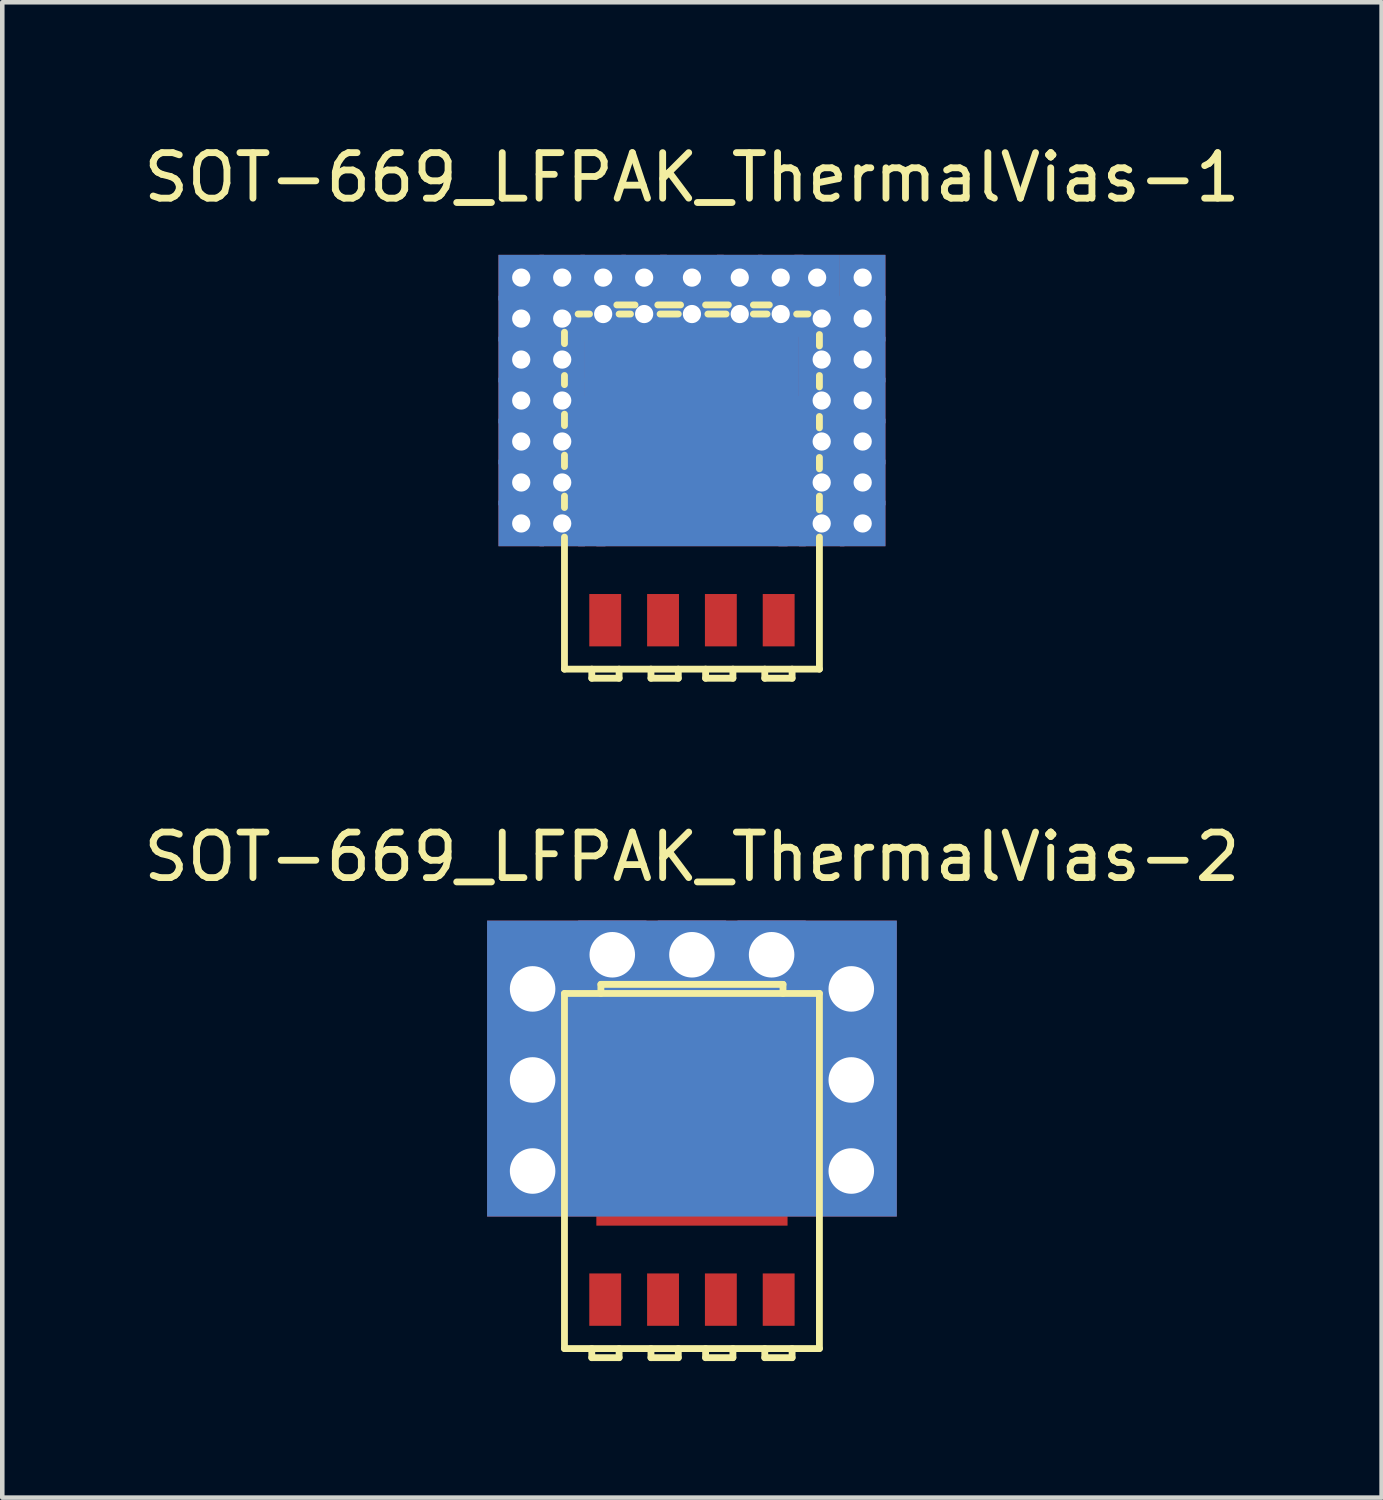
<source format=kicad_pcb>
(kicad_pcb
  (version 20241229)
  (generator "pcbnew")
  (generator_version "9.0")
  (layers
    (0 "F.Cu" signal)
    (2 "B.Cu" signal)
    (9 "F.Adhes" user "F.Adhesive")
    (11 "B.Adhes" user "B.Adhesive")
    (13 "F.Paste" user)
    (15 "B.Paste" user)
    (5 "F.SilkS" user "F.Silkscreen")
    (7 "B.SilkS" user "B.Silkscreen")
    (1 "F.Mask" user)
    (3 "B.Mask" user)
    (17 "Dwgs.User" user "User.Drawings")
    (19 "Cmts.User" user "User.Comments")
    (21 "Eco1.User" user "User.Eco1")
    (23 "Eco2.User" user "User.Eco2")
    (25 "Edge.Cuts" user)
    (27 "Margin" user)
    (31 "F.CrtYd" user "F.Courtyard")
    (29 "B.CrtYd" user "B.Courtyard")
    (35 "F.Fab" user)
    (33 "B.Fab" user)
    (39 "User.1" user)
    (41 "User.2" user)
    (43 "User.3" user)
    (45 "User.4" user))
  (footprint "SOT-669_LFPAK_ThermalVias-2"
    (layer "F.Cu")
    (at 12.149 22.672)
    (property "Reference" "SOT-669_LFPAK_ThermalVias-2" (at 0 -6.9 0) (layer "F.SilkS") (effects (font (size 1 1) (thickness 0.15))))
    (attr smd)
    (fp_line (start -2.8 -3.9) (end 2.8 -3.9) (stroke (width 0.15) (type solid)) (layer "F.SilkS"))
    (fp_line (start -2.8 3.9) (end -2.8 -3.9) (stroke (width 0.15) (type solid)) (layer "F.SilkS"))
    (fp_line (start -2.2 3.9) (end -2.2 4.1) (stroke (width 0.15) (type solid)) (layer "F.SilkS"))
    (fp_line (start -2.2 4.1) (end -1.6 4.1) (stroke (width 0.15) (type solid)) (layer "F.SilkS"))
    (fp_line (start -2 -4.1) (end 2 -4.1) (stroke (width 0.15) (type solid)) (layer "F.SilkS"))
    (fp_line (start -2 -3.9) (end -2 -4.1) (stroke (width 0.15) (type solid)) (layer "F.SilkS"))
    (fp_line (start -1.6 4.1) (end -1.6 3.9) (stroke (width 0.15) (type solid)) (layer "F.SilkS"))
    (fp_line (start -0.9 3.9) (end -0.9 4.1) (stroke (width 0.15) (type solid)) (layer "F.SilkS"))
    (fp_line (start -0.9 4.1) (end -0.3 4.1) (stroke (width 0.15) (type solid)) (layer "F.SilkS"))
    (fp_line (start -0.3 4.1) (end -0.3 3.9) (stroke (width 0.15) (type solid)) (layer "F.SilkS"))
    (fp_line (start 0.3 3.9) (end 0.3 4.1) (stroke (width 0.15) (type solid)) (layer "F.SilkS"))
    (fp_line (start 0.3 4.1) (end 0.9 4.1) (stroke (width 0.15) (type solid)) (layer "F.SilkS"))
    (fp_line (start 0.9 4.1) (end 0.9 3.9) (stroke (width 0.15) (type solid)) (layer "F.SilkS"))
    (fp_line (start 1.6 3.9) (end 1.6 4.1) (stroke (width 0.15) (type solid)) (layer "F.SilkS"))
    (fp_line (start 1.6 4.1) (end 2.2 4.1) (stroke (width 0.15) (type solid)) (layer "F.SilkS"))
    (fp_line (start 2 -4.1) (end 2 -3.9) (stroke (width 0.15) (type solid)) (layer "F.SilkS"))
    (fp_line (start 2.2 4.1) (end 2.2 3.9) (stroke (width 0.15) (type solid)) (layer "F.SilkS"))
    (fp_line (start 2.8 -3.9) (end 2.8 3.9) (stroke (width 0.15) (type solid)) (layer "F.SilkS"))
    (fp_line (start 2.8 3.9) (end -2.8 3.9) (stroke (width 0.15) (type solid)) (layer "F.SilkS"))
    (pad "" smd rect (at -1.875 -2.9) (size 0.6 0.9) (layers "F.Paste"))
    (pad "" smd rect (at -1.15 -1.05 90) (size 0.6 0.9) (layers "F.Paste"))
    (pad "" smd rect (at -1.15 -0.2 90) (size 0.6 0.9) (layers "F.Paste"))
    (pad "" smd rect (at -1.15 0.65 90) (size 0.6 0.9) (layers "F.Paste"))
    (pad "" smd rect (at -0.6 -2.9) (size 0.6 0.9) (layers "F.Paste"))
    (pad "" smd rect (at 0 -1.05 90) (size 0.6 0.9) (layers "F.Paste"))
    (pad "" smd rect (at 0 -0.2 90) (size 0.6 0.9) (layers "F.Paste"))
    (pad "" smd rect (at 0 0.65 90) (size 0.6 0.9) (layers "F.Paste"))
    (pad "" smd rect (at 0.6 -2.9) (size 0.6 0.9) (layers "F.Paste"))
    (pad "" smd rect (at 1.15 -1.05 90) (size 0.6 0.9) (layers "F.Paste"))
    (pad "" smd rect (at 1.15 -0.2 90) (size 0.6 0.9) (layers "F.Paste"))
    (pad "" smd rect (at 1.15 0.65 90) (size 0.6 0.9) (layers "F.Paste"))
    (pad "" smd rect (at 1.875 -2.9) (size 0.6 0.9) (layers "F.Paste"))
    (pad "1" smd rect (at -1.905 2.825) (size 0.7 1.15) (layers "F.Cu" "F.Mask" "F.Paste"))
    (pad "2" smd rect (at -0.635 2.825) (size 0.7 1.15) (layers "F.Cu" "F.Mask" "F.Paste"))
    (pad "3" smd rect (at 0.635 2.825) (size 0.7 1.15) (layers "F.Cu" "F.Mask" "F.Paste"))
    (pad "4" smd rect (at 1.905 2.825) (size 0.7 1.15) (layers "F.Cu" "F.Mask" "F.Paste"))
    (pad "5" thru_hole rect (at -3.5 -4) (size 1.5 1.5) (drill 1) (layers "*.Cu"))
    (pad "5" thru_hole rect (at -3.5 -2) (size 1.5 1.5) (drill 1) (layers "*.Cu"))
    (pad "5" thru_hole rect (at -3.5 0) (size 1.5 1.5) (drill 1) (layers "*.Cu"))
    (pad "5" thru_hole rect (at -1.75 -4.75) (size 1.5 1.5) (drill 1) (layers "*.Cu"))
    (pad "5" thru_hole rect (at 0 -4.75) (size 1.5 1.5) (drill 1) (layers "*.Cu"))
    (pad "5" smd rect (at 0 -2.65) (size 4.7 1.55) (layers "F.Cu" "F.Mask"))
    (pad "5" smd rect (at 0 -2.25) (size 9 6.5) (layers "F.Cu"))
    (pad "5" smd rect (at 0 -2.25) (size 9 6.5) (layers "B.Cu"))
    (pad "5" smd rect (at 0 -0.45) (size 4.2 3.3) (layers "F.Cu" "F.Mask"))
    (pad "5" thru_hole rect (at 1.75 -4.75) (size 1.5 1.5) (drill 1) (layers "*.Cu"))
    (pad "5" thru_hole rect (at 3.5 -4) (size 1.5 1.5) (drill 1) (layers "*.Cu"))
    (pad "5" thru_hole rect (at 3.5 -2) (size 1.5 1.5) (drill 1) (layers "*.Cu"))
    (pad "5" thru_hole rect (at 3.5 0) (size 1.5 1.5) (drill 1) (layers "*.Cu")))
  (footprint "SOT-669_LFPAK_ThermalVias-1"
    (layer "F.Cu")
    (at 12.149 7.748)
    (property "Reference" "SOT-669_LFPAK_ThermalVias-1" (at 0 -6.9 0) (layer "F.SilkS") (effects (font (size 1 1) (thickness 0.15))))
    (attr smd)
    (fp_line (start -2.8 -3.5) (end -2.8 -3.25) (stroke (width 0.15) (type solid)) (layer "F.SilkS"))
    (fp_line (start -2.8 -2.55) (end -2.8 -2.35) (stroke (width 0.15) (type solid)) (layer "F.SilkS"))
    (fp_line (start -2.8 -1.7) (end -2.8 -1.45) (stroke (width 0.15) (type solid)) (layer "F.SilkS"))
    (fp_line (start -2.8 -0.8) (end -2.8 -0.55) (stroke (width 0.15) (type solid)) (layer "F.SilkS"))
    (fp_line (start -2.8 0.1) (end -2.8 0.35) (stroke (width 0.15) (type solid)) (layer "F.SilkS"))
    (fp_line (start -2.8 1) (end -2.8 3.9) (stroke (width 0.15) (type solid)) (layer "F.SilkS"))
    (fp_line (start -2.25 -3.9) (end -2.5 -3.9) (stroke (width 0.15) (type solid)) (layer "F.SilkS"))
    (fp_line (start -2.2 3.9) (end -2.2 4.1) (stroke (width 0.15) (type solid)) (layer "F.SilkS"))
    (fp_line (start -2.2 4.1) (end -1.6 4.1) (stroke (width 0.15) (type solid)) (layer "F.SilkS"))
    (fp_line (start -1.6 4.1) (end -1.6 3.9) (stroke (width 0.15) (type solid)) (layer "F.SilkS"))
    (fp_line (start -1.35 -3.9) (end -1.6 -3.9) (stroke (width 0.15) (type solid)) (layer "F.SilkS"))
    (fp_line (start -1.25 -4.1) (end -1.65 -4.1) (stroke (width 0.15) (type solid)) (layer "F.SilkS"))
    (fp_line (start -0.9 3.9) (end -0.9 4.1) (stroke (width 0.15) (type solid)) (layer "F.SilkS"))
    (fp_line (start -0.9 4.1) (end -0.3 4.1) (stroke (width 0.15) (type solid)) (layer "F.SilkS"))
    (fp_line (start -0.3 -3.9) (end -0.7 -3.9) (stroke (width 0.15) (type solid)) (layer "F.SilkS"))
    (fp_line (start -0.3 4.1) (end -0.3 3.9) (stroke (width 0.15) (type solid)) (layer "F.SilkS"))
    (fp_line (start -0.25 -4.1) (end -0.75 -4.1) (stroke (width 0.15) (type solid)) (layer "F.SilkS"))
    (fp_line (start 0.3 3.9) (end 0.3 4.1) (stroke (width 0.15) (type solid)) (layer "F.SilkS"))
    (fp_line (start 0.3 4.1) (end 0.9 4.1) (stroke (width 0.15) (type solid)) (layer "F.SilkS"))
    (fp_line (start 0.75 -3.9) (end 0.35 -3.9) (stroke (width 0.15) (type solid)) (layer "F.SilkS"))
    (fp_line (start 0.8 -4.1) (end 0.3 -4.1) (stroke (width 0.15) (type solid)) (layer "F.SilkS"))
    (fp_line (start 0.9 4.1) (end 0.9 3.9) (stroke (width 0.15) (type solid)) (layer "F.SilkS"))
    (fp_line (start 1.6 3.9) (end 1.6 4.1) (stroke (width 0.15) (type solid)) (layer "F.SilkS"))
    (fp_line (start 1.6 4.1) (end 2.2 4.1) (stroke (width 0.15) (type solid)) (layer "F.SilkS"))
    (fp_line (start 1.65 -3.9) (end 1.35 -3.9) (stroke (width 0.15) (type solid)) (layer "F.SilkS"))
    (fp_line (start 1.7 -4.1) (end 1.35 -4.1) (stroke (width 0.15) (type solid)) (layer "F.SilkS"))
    (fp_line (start 2.2 4.1) (end 2.2 3.9) (stroke (width 0.15) (type solid)) (layer "F.SilkS"))
    (fp_line (start 2.55 -3.9) (end 2.3 -3.9) (stroke (width 0.15) (type solid)) (layer "F.SilkS"))
    (fp_line (start 2.8 -3.2) (end 2.8 -3.45) (stroke (width 0.15) (type solid)) (layer "F.SilkS"))
    (fp_line (start 2.8 -2.3) (end 2.8 -2.55) (stroke (width 0.15) (type solid)) (layer "F.SilkS"))
    (fp_line (start 2.8 -1.4) (end 2.8 -1.65) (stroke (width 0.15) (type solid)) (layer "F.SilkS"))
    (fp_line (start 2.8 -0.5) (end 2.8 -0.75) (stroke (width 0.15) (type solid)) (layer "F.SilkS"))
    (fp_line (start 2.8 0.4) (end 2.8 0.1) (stroke (width 0.15) (type solid)) (layer "F.SilkS"))
    (fp_line (start 2.8 3.9) (end -2.8 3.9) (stroke (width 0.15) (type solid)) (layer "F.SilkS"))
    (fp_line (start 2.8 3.9) (end 2.8 1) (stroke (width 0.15) (type solid)) (layer "F.SilkS"))
    (pad "" smd rect (at -1.875 -2.9) (size 0.6 0.9) (layers "F.Paste"))
    (pad "" smd rect (at -1.15 -1.05 90) (size 0.6 0.9) (layers "F.Paste"))
    (pad "" smd rect (at -1.15 -0.2 90) (size 0.6 0.9) (layers "F.Paste"))
    (pad "" smd rect (at -1.15 0.65 90) (size 0.6 0.9) (layers "F.Paste"))
    (pad "" smd rect (at -0.6 -2.9) (size 0.6 0.9) (layers "F.Paste"))
    (pad "" smd rect (at 0 -1.05 90) (size 0.6 0.9) (layers "F.Paste"))
    (pad "" smd rect (at 0 -0.2 90) (size 0.6 0.9) (layers "F.Paste"))
    (pad "" smd rect (at 0 0.65 90) (size 0.6 0.9) (layers "F.Paste"))
    (pad "" smd rect (at 0.6 -2.9) (size 0.6 0.9) (layers "F.Paste"))
    (pad "" smd rect (at 1.15 -1.05 90) (size 0.6 0.9) (layers "F.Paste"))
    (pad "" smd rect (at 1.15 -0.2 90) (size 0.6 0.9) (layers "F.Paste"))
    (pad "" smd rect (at 1.15 0.65 90) (size 0.6 0.9) (layers "F.Paste"))
    (pad "" smd rect (at 1.875 -2.9) (size 0.6 0.9) (layers "F.Paste"))
    (pad "1" smd rect (at -1.905 2.825) (size 0.7 1.15) (layers "F.Cu" "F.Mask" "F.Paste"))
    (pad "2" smd rect (at -0.635 2.825) (size 0.7 1.15) (layers "F.Cu" "F.Mask" "F.Paste"))
    (pad "3" smd rect (at 0.635 2.825) (size 0.7 1.15) (layers "F.Cu" "F.Mask" "F.Paste"))
    (pad "4" smd rect (at 1.905 2.825) (size 0.7 1.15) (layers "F.Cu" "F.Mask" "F.Paste"))
    (pad "5" thru_hole rect (at -3.75 -4.7) (size 1 1) (drill 0.4) (layers "*.Cu"))
    (pad "5" thru_hole rect (at -3.75 -3.8) (size 1 1) (drill 0.4) (layers "*.Cu"))
    (pad "5" thru_hole rect (at -3.75 -2.9) (size 1 1) (drill 0.4) (layers "*.Cu"))
    (pad "5" thru_hole rect (at -3.75 -2) (size 1 1) (drill 0.4) (layers "*.Cu"))
    (pad "5" thru_hole rect (at -3.75 -1.1) (size 1 1) (drill 0.4) (layers "*.Cu"))
    (pad "5" thru_hole rect (at -3.75 -0.2) (size 1 1) (drill 0.4) (layers "*.Cu"))
    (pad "5" thru_hole rect (at -3.75 0.7) (size 1 1) (drill 0.4) (layers "*.Cu"))
    (pad "5" thru_hole rect (at -2.85 -4.7) (size 1 1) (drill 0.4) (layers "*.Cu"))
    (pad "5" thru_hole rect (at -2.85 -3.8) (size 1 1) (drill 0.4) (layers "*.Cu"))
    (pad "5" thru_hole rect (at -2.85 -2.9) (size 1 1) (drill 0.4) (layers "*.Cu"))
    (pad "5" thru_hole rect (at -2.85 -2) (size 1 1) (drill 0.4) (layers "*.Cu"))
    (pad "5" thru_hole rect (at -2.85 -1.1) (size 1 1) (drill 0.4) (layers "*.Cu"))
    (pad "5" thru_hole rect (at -2.85 -0.2) (size 1 1) (drill 0.4) (layers "*.Cu"))
    (pad "5" thru_hole rect (at -2.85 0.7) (size 1 1) (drill 0.4) (layers "*.Cu"))
    (pad "5" smd rect (at -2.25 -1.75) (size 0.5 0.5) (layers "F.Cu"))
    (pad "5" smd rect (at -2.2 -0.45) (size 0.6 3.3) (layers "F.Cu"))
    (pad "5" smd rect (at -2.2 -0.45) (size 0.6 3.3) (layers "B.Cu"))
    (pad "5" thru_hole rect (at -1.95 -4.7) (size 1 1) (drill 0.4) (layers "*.Cu"))
    (pad "5" thru_hole rect (at -1.95 -3.9) (size 1 1) (drill 0.4) (layers "*.Cu"))
    (pad "5" thru_hole rect (at -1.05 -4.7) (size 1 1) (drill 0.4) (layers "*.Cu"))
    (pad "5" thru_hole rect (at -1.05 -3.9) (size 1 1) (drill 0.4) (layers "*.Cu"))
    (pad "5" thru_hole rect (at 0 -4.7) (size 1.4 1) (drill 0.4) (layers "*.Cu"))
    (pad "5" thru_hole rect (at 0 -3.9) (size 1.4 1) (drill 0.4) (layers "*.Cu"))
    (pad "5" smd rect (at 0 -2.65) (size 4.7 1.55) (layers "F.Cu" "F.Mask"))
    (pad "5" smd rect (at 0 -2.65) (size 4.7 1.55) (layers "F.Mask" "B.Cu"))
    (pad "5" smd rect (at 0 -0.45) (size 4.2 3.3) (layers "F.Cu" "F.Mask"))
    (pad "5" smd rect (at 0 -0.45) (size 4.2 3.3) (layers "F.Mask" "B.Cu"))
    (pad "5" thru_hole rect (at 1.05 -4.7) (size 1 1) (drill 0.4) (layers "*.Cu"))
    (pad "5" thru_hole rect (at 1.05 -3.9) (size 1 1) (drill 0.4) (layers "*.Cu"))
    (pad "5" thru_hole rect (at 1.95 -4.7) (size 1 1) (drill 0.4) (layers "*.Cu"))
    (pad "5" thru_hole rect (at 1.95 -3.9) (size 1 1) (drill 0.4) (layers "*.Cu"))
    (pad "5" smd rect (at 2.2 -0.45) (size 0.6 3.3) (layers "F.Cu"))
    (pad "5" smd rect (at 2.2 -0.45) (size 0.6 3.3) (layers "B.Cu"))
    (pad "5" smd rect (at 2.25 -1.75) (size 0.5 0.5) (layers "F.Cu"))
    (pad "5" thru_hole rect (at 2.75 -4.7) (size 1 1) (drill 0.4) (layers "*.Cu"))
    (pad "5" thru_hole rect (at 2.85 -3.8) (size 1 1) (drill 0.4) (layers "*.Cu"))
    (pad "5" thru_hole rect (at 2.85 -2.9) (size 1 1) (drill 0.4) (layers "*.Cu"))
    (pad "5" thru_hole rect (at 2.85 -2) (size 1 1) (drill 0.4) (layers "*.Cu"))
    (pad "5" thru_hole rect (at 2.85 -1.1) (size 1 1) (drill 0.4) (layers "*.Cu"))
    (pad "5" thru_hole rect (at 2.85 -0.2) (size 1 1) (drill 0.4) (layers "*.Cu"))
    (pad "5" thru_hole rect (at 2.85 0.7) (size 1 1) (drill 0.4) (layers "*.Cu"))
    (pad "5" thru_hole rect (at 3.75 -4.7) (size 1 1) (drill 0.4) (layers "*.Cu"))
    (pad "5" thru_hole rect (at 3.75 -3.8) (size 1 1) (drill 0.4) (layers "*.Cu"))
    (pad "5" thru_hole rect (at 3.75 -2.9) (size 1 1) (drill 0.4) (layers "*.Cu"))
    (pad "5" thru_hole rect (at 3.75 -2) (size 1 1) (drill 0.4) (layers "*.Cu"))
    (pad "5" thru_hole rect (at 3.75 -1.1) (size 1 1) (drill 0.4) (layers "*.Cu"))
    (pad "5" thru_hole rect (at 3.75 -0.2) (size 1 1) (drill 0.4) (layers "*.Cu"))
    (pad "5" thru_hole rect (at 3.75 0.7) (size 1 1) (drill 0.4) (layers "*.Cu")))
  (gr_rect
    (start -3 -3)
    (end 27.298 29.846)
    (stroke (width 0.1) (type default))
    (fill no)
    (layer "Edge.Cuts")))
</source>
